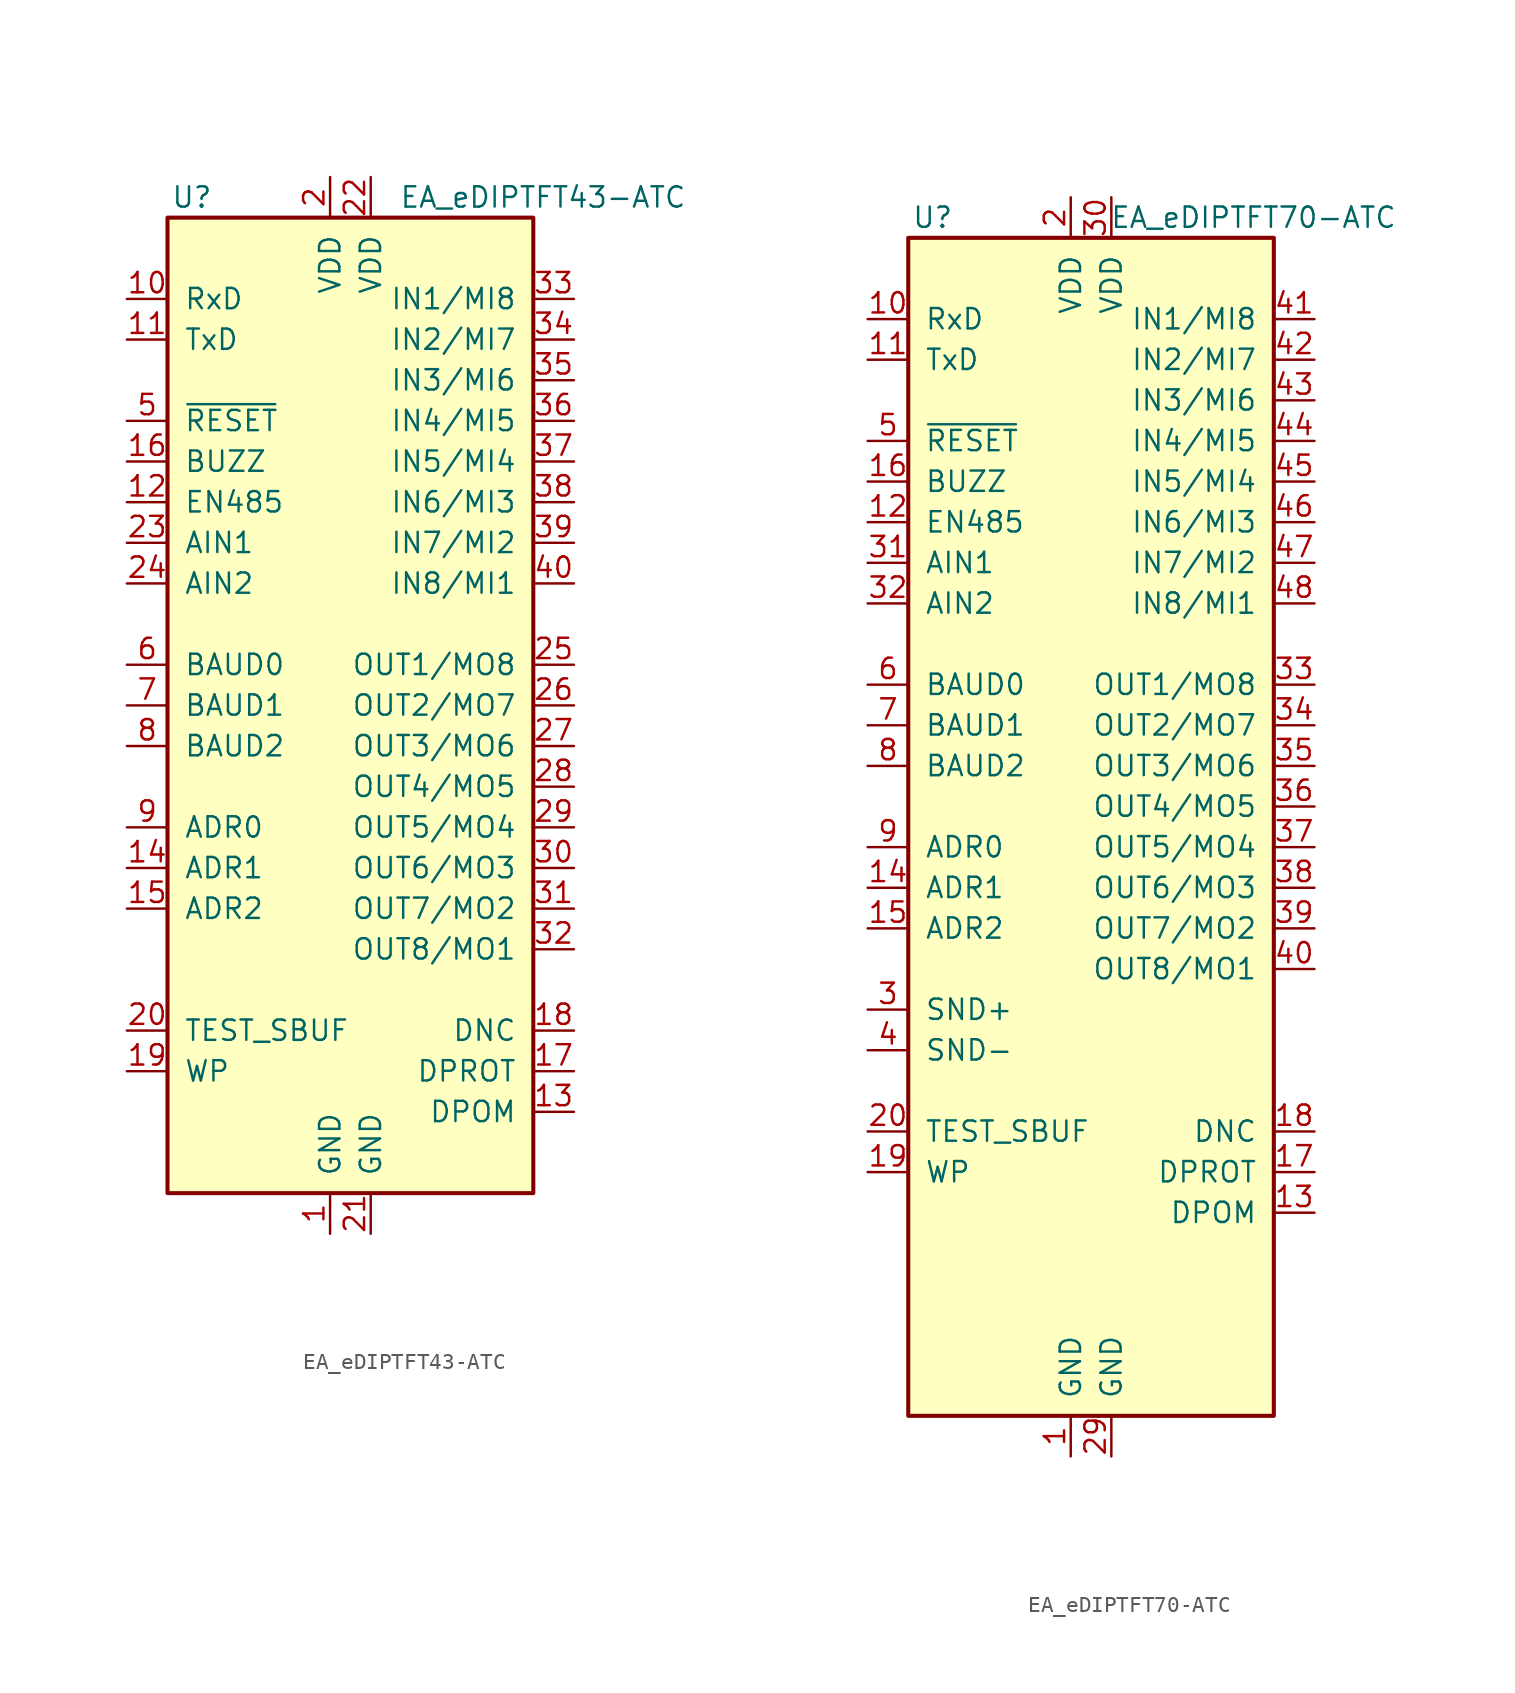
<source format=kicad_sym>
(kicad_symbol_lib
  (version 20231120)
  (generator "kicad_symbol_editor")
  (generator_version "8.0")
  (symbol "EA_eDIPTFT43-ATC"
    (pin_names
      (offset 1.016))
    (property "Reference" "U"
      (at -11.176 31.75 0)
      (effects (font (size 1.27 1.27))))
    (property "Value" "EA_eDIPTFT43-ATC"
      (at 1.778 31.75 0)
      (effects (font (size 1.27 1.27)) (justify left)))
    (symbol "EA_eDIPTFT43-ATC_0_1"
      (rectangle (start -12.7 30.48) (end 10.16 -30.48) (stroke (width 0.254) (type default)) (fill (type background))))
    (symbol "EA_eDIPTFT43-ATC_1_1"
      (pin power_in line (at -2.54 -33.02 90) (length 2.54) (name "GND" (effects (font (size 1.27 1.27)))) (number "1" (effects (font (size 1.27 1.27)))))
      (pin input line (at -15.24 25.4 0) (length 2.54) (name "RxD" (effects (font (size 1.27 1.27)))) (number "10" (effects (font (size 1.27 1.27)))))
      (pin output line (at -15.24 22.86 0) (length 2.54) (name "TxD" (effects (font (size 1.27 1.27)))) (number "11" (effects (font (size 1.27 1.27)))))
      (pin output line (at -15.24 12.7 0) (length 2.54) (name "EN485" (effects (font (size 1.27 1.27)))) (number "12" (effects (font (size 1.27 1.27)))))
      (pin input line (at 12.7 -25.4 180) (length 2.54) (name "DPOM" (effects (font (size 1.27 1.27)))) (number "13" (effects (font (size 1.27 1.27)))))
      (pin input line (at -15.24 -10.16 0) (length 2.54) (name "ADR1" (effects (font (size 1.27 1.27)))) (number "14" (effects (font (size 1.27 1.27)))))
      (pin input line (at -15.24 -12.7 0) (length 2.54) (name "ADR2" (effects (font (size 1.27 1.27)))) (number "15" (effects (font (size 1.27 1.27)))))
      (pin output line (at -15.24 15.24 0) (length 2.54) (name "BUZZ" (effects (font (size 1.27 1.27)))) (number "16" (effects (font (size 1.27 1.27)))))
      (pin input line (at 12.7 -22.86 180) (length 2.54) (name "DPROT" (effects (font (size 1.27 1.27)))) (number "17" (effects (font (size 1.27 1.27)))))
      (pin output line (at 12.7 -20.32 180) (length 2.54) (name "DNC" (effects (font (size 1.27 1.27)))) (number "18" (effects (font (size 1.27 1.27)))))
      (pin input line (at -15.24 -22.86 0) (length 2.54) (name "WP" (effects (font (size 1.27 1.27)))) (number "19" (effects (font (size 1.27 1.27)))))
      (pin power_in line (at -2.54 33.02 270) (length 2.54) (name "VDD" (effects (font (size 1.27 1.27)))) (number "2" (effects (font (size 1.27 1.27)))))
      (pin bidirectional line (at -15.24 -20.32 0) (length 2.54) (name "TEST_SBUF" (effects (font (size 1.27 1.27)))) (number "20" (effects (font (size 1.27 1.27)))))
      (pin power_in line (at 0 -33.02 90) (length 2.54) (name "GND" (effects (font (size 1.27 1.27)))) (number "21" (effects (font (size 1.27 1.27)))))
      (pin power_in line (at 0 33.02 270) (length 2.54) (name "VDD" (effects (font (size 1.27 1.27)))) (number "22" (effects (font (size 1.27 1.27)))))
      (pin input line (at -15.24 10.16 0) (length 2.54) (name "AIN1" (effects (font (size 1.27 1.27)))) (number "23" (effects (font (size 1.27 1.27)))))
      (pin input line (at -15.24 7.62 0) (length 2.54) (name "AIN2" (effects (font (size 1.27 1.27)))) (number "24" (effects (font (size 1.27 1.27)))))
      (pin output line (at 12.7 2.54 180) (length 2.54) (name "OUT1/MO8" (effects (font (size 1.27 1.27)))) (number "25" (effects (font (size 1.27 1.27)))))
      (pin output line (at 12.7 0 180) (length 2.54) (name "OUT2/MO7" (effects (font (size 1.27 1.27)))) (number "26" (effects (font (size 1.27 1.27)))))
      (pin output line (at 12.7 -2.54 180) (length 2.54) (name "OUT3/MO6" (effects (font (size 1.27 1.27)))) (number "27" (effects (font (size 1.27 1.27)))))
      (pin output line (at 12.7 -5.08 180) (length 2.54) (name "OUT4/MO5" (effects (font (size 1.27 1.27)))) (number "28" (effects (font (size 1.27 1.27)))))
      (pin output line (at 12.7 -7.62 180) (length 2.54) (name "OUT5/MO4" (effects (font (size 1.27 1.27)))) (number "29" (effects (font (size 1.27 1.27)))))
      (pin no_connect line (at 10.16 -27.94 180) (length 2.54) hide (name "NC" (effects (font (size 1.27 1.27)))) (number "3" (effects (font (size 1.27 1.27)))))
      (pin output line (at 12.7 -10.16 180) (length 2.54) (name "OUT6/MO3" (effects (font (size 1.27 1.27)))) (number "30" (effects (font (size 1.27 1.27)))))
      (pin output line (at 12.7 -12.7 180) (length 2.54) (name "OUT7/MO2" (effects (font (size 1.27 1.27)))) (number "31" (effects (font (size 1.27 1.27)))))
      (pin output line (at 12.7 -15.24 180) (length 2.54) (name "OUT8/MO1" (effects (font (size 1.27 1.27)))) (number "32" (effects (font (size 1.27 1.27)))))
      (pin input line (at 12.7 25.4 180) (length 2.54) (name "IN1/MI8" (effects (font (size 1.27 1.27)))) (number "33" (effects (font (size 1.27 1.27)))))
      (pin input line (at 12.7 22.86 180) (length 2.54) (name "IN2/MI7" (effects (font (size 1.27 1.27)))) (number "34" (effects (font (size 1.27 1.27)))))
      (pin input line (at 12.7 20.32 180) (length 2.54) (name "IN3/MI6" (effects (font (size 1.27 1.27)))) (number "35" (effects (font (size 1.27 1.27)))))
      (pin input line (at 12.7 17.78 180) (length 2.54) (name "IN4/MI5" (effects (font (size 1.27 1.27)))) (number "36" (effects (font (size 1.27 1.27)))))
      (pin input line (at 12.7 15.24 180) (length 2.54) (name "IN5/MI4" (effects (font (size 1.27 1.27)))) (number "37" (effects (font (size 1.27 1.27)))))
      (pin input line (at 12.7 12.7 180) (length 2.54) (name "IN6/MI3" (effects (font (size 1.27 1.27)))) (number "38" (effects (font (size 1.27 1.27)))))
      (pin input line (at 12.7 10.16 180) (length 2.54) (name "IN7/MI2" (effects (font (size 1.27 1.27)))) (number "39" (effects (font (size 1.27 1.27)))))
      (pin no_connect line (at -12.7 -27.94 0) (length 2.54) hide (name "NC" (effects (font (size 1.27 1.27)))) (number "4" (effects (font (size 1.27 1.27)))))
      (pin input line (at 12.7 7.62 180) (length 2.54) (name "IN8/MI1" (effects (font (size 1.27 1.27)))) (number "40" (effects (font (size 1.27 1.27)))))
      (pin input line (at -15.24 17.78 0) (length 2.54) (name "~{RESET}" (effects (font (size 1.27 1.27)))) (number "5" (effects (font (size 1.27 1.27)))))
      (pin input line (at -15.24 2.54 0) (length 2.54) (name "BAUD0" (effects (font (size 1.27 1.27)))) (number "6" (effects (font (size 1.27 1.27)))))
      (pin input line (at -15.24 0 0) (length 2.54) (name "BAUD1" (effects (font (size 1.27 1.27)))) (number "7" (effects (font (size 1.27 1.27)))))
      (pin input line (at -15.24 -2.54 0) (length 2.54) (name "BAUD2" (effects (font (size 1.27 1.27)))) (number "8" (effects (font (size 1.27 1.27)))))
      (pin input line (at -15.24 -7.62 0) (length 2.54) (name "ADR0" (effects (font (size 1.27 1.27)))) (number "9" (effects (font (size 1.27 1.27)))))))
  (symbol "EA_eDIPTFT70-ATC"
    (pin_names
      (offset 1.016))
    (property "Reference" "U"
      (at -8.636 36.83 0)
      (effects (font (size 1.27 1.27))))
    (property "Value" "EA_eDIPTFT70-ATC"
      (at 11.43 36.83 0)
      (effects (font (size 1.27 1.27))))
    (symbol "EA_eDIPTFT70-ATC_0_1"
      (rectangle (start -10.16 35.56) (end 12.7 -38.1) (stroke (width 0.254) (type default)) (fill (type background))))
    (symbol "EA_eDIPTFT70-ATC_1_1"
      (pin power_in line (at 0 -40.64 90) (length 2.54) (name "GND" (effects (font (size 1.27 1.27)))) (number "1" (effects (font (size 1.27 1.27)))))
      (pin input line (at -12.7 30.48 0) (length 2.54) (name "RxD" (effects (font (size 1.27 1.27)))) (number "10" (effects (font (size 1.27 1.27)))))
      (pin output line (at -12.7 27.94 0) (length 2.54) (name "TxD" (effects (font (size 1.27 1.27)))) (number "11" (effects (font (size 1.27 1.27)))))
      (pin output line (at -12.7 17.78 0) (length 2.54) (name "EN485" (effects (font (size 1.27 1.27)))) (number "12" (effects (font (size 1.27 1.27)))))
      (pin input line (at 15.24 -25.4 180) (length 2.54) (name "DPOM" (effects (font (size 1.27 1.27)))) (number "13" (effects (font (size 1.27 1.27)))))
      (pin input line (at -12.7 -5.08 0) (length 2.54) (name "ADR1" (effects (font (size 1.27 1.27)))) (number "14" (effects (font (size 1.27 1.27)))))
      (pin input line (at -12.7 -7.62 0) (length 2.54) (name "ADR2" (effects (font (size 1.27 1.27)))) (number "15" (effects (font (size 1.27 1.27)))))
      (pin output line (at -12.7 20.32 0) (length 2.54) (name "BUZZ" (effects (font (size 1.27 1.27)))) (number "16" (effects (font (size 1.27 1.27)))))
      (pin input line (at 15.24 -22.86 180) (length 2.54) (name "DPROT" (effects (font (size 1.27 1.27)))) (number "17" (effects (font (size 1.27 1.27)))))
      (pin output line (at 15.24 -20.32 180) (length 2.54) (name "DNC" (effects (font (size 1.27 1.27)))) (number "18" (effects (font (size 1.27 1.27)))))
      (pin input line (at -12.7 -22.86 0) (length 2.54) (name "WP" (effects (font (size 1.27 1.27)))) (number "19" (effects (font (size 1.27 1.27)))))
      (pin power_in line (at 0 38.1 270) (length 2.54) (name "VDD" (effects (font (size 1.27 1.27)))) (number "2" (effects (font (size 1.27 1.27)))))
      (pin bidirectional line (at -12.7 -20.32 0) (length 2.54) (name "TEST_SBUF" (effects (font (size 1.27 1.27)))) (number "20" (effects (font (size 1.27 1.27)))))
      (pin no_connect line (at -10.16 -27.94 0) (length 2.54) hide (name "NC" (effects (font (size 1.27 1.27)))) (number "21" (effects (font (size 1.27 1.27)))))
      (pin no_connect line (at -10.16 -30.48 0) (length 2.54) hide (name "NC" (effects (font (size 1.27 1.27)))) (number "22" (effects (font (size 1.27 1.27)))))
      (pin no_connect line (at -10.16 -33.02 0) (length 2.54) hide (name "NC" (effects (font (size 1.27 1.27)))) (number "23" (effects (font (size 1.27 1.27)))))
      (pin no_connect line (at -10.16 -35.56 0) (length 2.54) hide (name "NC" (effects (font (size 1.27 1.27)))) (number "24" (effects (font (size 1.27 1.27)))))
      (pin no_connect line (at 12.7 -35.56 180) (length 2.54) hide (name "NC" (effects (font (size 1.27 1.27)))) (number "25" (effects (font (size 1.27 1.27)))))
      (pin no_connect line (at 12.7 -33.02 180) (length 2.54) hide (name "NC" (effects (font (size 1.27 1.27)))) (number "26" (effects (font (size 1.27 1.27)))))
      (pin no_connect line (at 12.7 -30.48 180) (length 2.54) hide (name "NC" (effects (font (size 1.27 1.27)))) (number "27" (effects (font (size 1.27 1.27)))))
      (pin no_connect line (at 12.7 -27.94 180) (length 2.54) hide (name "NC" (effects (font (size 1.27 1.27)))) (number "28" (effects (font (size 1.27 1.27)))))
      (pin power_in line (at 2.54 -40.64 90) (length 2.54) (name "GND" (effects (font (size 1.27 1.27)))) (number "29" (effects (font (size 1.27 1.27)))))
      (pin output line (at -12.7 -12.7 0) (length 2.54) (name "SND+" (effects (font (size 1.27 1.27)))) (number "3" (effects (font (size 1.27 1.27)))))
      (pin power_in line (at 2.54 38.1 270) (length 2.54) (name "VDD" (effects (font (size 1.27 1.27)))) (number "30" (effects (font (size 1.27 1.27)))))
      (pin input line (at -12.7 15.24 0) (length 2.54) (name "AIN1" (effects (font (size 1.27 1.27)))) (number "31" (effects (font (size 1.27 1.27)))))
      (pin input line (at -12.7 12.7 0) (length 2.54) (name "AIN2" (effects (font (size 1.27 1.27)))) (number "32" (effects (font (size 1.27 1.27)))))
      (pin output line (at 15.24 7.62 180) (length 2.54) (name "OUT1/MO8" (effects (font (size 1.27 1.27)))) (number "33" (effects (font (size 1.27 1.27)))))
      (pin output line (at 15.24 5.08 180) (length 2.54) (name "OUT2/MO7" (effects (font (size 1.27 1.27)))) (number "34" (effects (font (size 1.27 1.27)))))
      (pin output line (at 15.24 2.54 180) (length 2.54) (name "OUT3/MO6" (effects (font (size 1.27 1.27)))) (number "35" (effects (font (size 1.27 1.27)))))
      (pin output line (at 15.24 0 180) (length 2.54) (name "OUT4/MO5" (effects (font (size 1.27 1.27)))) (number "36" (effects (font (size 1.27 1.27)))))
      (pin output line (at 15.24 -2.54 180) (length 2.54) (name "OUT5/MO4" (effects (font (size 1.27 1.27)))) (number "37" (effects (font (size 1.27 1.27)))))
      (pin output line (at 15.24 -5.08 180) (length 2.54) (name "OUT6/MO3" (effects (font (size 1.27 1.27)))) (number "38" (effects (font (size 1.27 1.27)))))
      (pin output line (at 15.24 -7.62 180) (length 2.54) (name "OUT7/MO2" (effects (font (size 1.27 1.27)))) (number "39" (effects (font (size 1.27 1.27)))))
      (pin input line (at -12.7 -15.24 0) (length 2.54) (name "SND-" (effects (font (size 1.27 1.27)))) (number "4" (effects (font (size 1.27 1.27)))))
      (pin output line (at 15.24 -10.16 180) (length 2.54) (name "OUT8/MO1" (effects (font (size 1.27 1.27)))) (number "40" (effects (font (size 1.27 1.27)))))
      (pin input line (at 15.24 30.48 180) (length 2.54) (name "IN1/MI8" (effects (font (size 1.27 1.27)))) (number "41" (effects (font (size 1.27 1.27)))))
      (pin input line (at 15.24 27.94 180) (length 2.54) (name "IN2/MI7" (effects (font (size 1.27 1.27)))) (number "42" (effects (font (size 1.27 1.27)))))
      (pin input line (at 15.24 25.4 180) (length 2.54) (name "IN3/MI6" (effects (font (size 1.27 1.27)))) (number "43" (effects (font (size 1.27 1.27)))))
      (pin input line (at 15.24 22.86 180) (length 2.54) (name "IN4/MI5" (effects (font (size 1.27 1.27)))) (number "44" (effects (font (size 1.27 1.27)))))
      (pin input line (at 15.24 20.32 180) (length 2.54) (name "IN5/MI4" (effects (font (size 1.27 1.27)))) (number "45" (effects (font (size 1.27 1.27)))))
      (pin input line (at 15.24 17.78 180) (length 2.54) (name "IN6/MI3" (effects (font (size 1.27 1.27)))) (number "46" (effects (font (size 1.27 1.27)))))
      (pin input line (at 15.24 15.24 180) (length 2.54) (name "IN7/MI2" (effects (font (size 1.27 1.27)))) (number "47" (effects (font (size 1.27 1.27)))))
      (pin input line (at 15.24 12.7 180) (length 2.54) (name "IN8/MI1" (effects (font (size 1.27 1.27)))) (number "48" (effects (font (size 1.27 1.27)))))
      (pin input line (at -12.7 22.86 0) (length 2.54) (name "~{RESET}" (effects (font (size 1.27 1.27)))) (number "5" (effects (font (size 1.27 1.27)))))
      (pin input line (at -12.7 7.62 0) (length 2.54) (name "BAUD0" (effects (font (size 1.27 1.27)))) (number "6" (effects (font (size 1.27 1.27)))))
      (pin input line (at -12.7 5.08 0) (length 2.54) (name "BAUD1" (effects (font (size 1.27 1.27)))) (number "7" (effects (font (size 1.27 1.27)))))
      (pin input line (at -12.7 2.54 0) (length 2.54) (name "BAUD2" (effects (font (size 1.27 1.27)))) (number "8" (effects (font (size 1.27 1.27)))))
      (pin input line (at -12.7 -2.54 0) (length 2.54) (name "ADR0" (effects (font (size 1.27 1.27)))) (number "9" (effects (font (size 1.27 1.27))))))))
</source>
